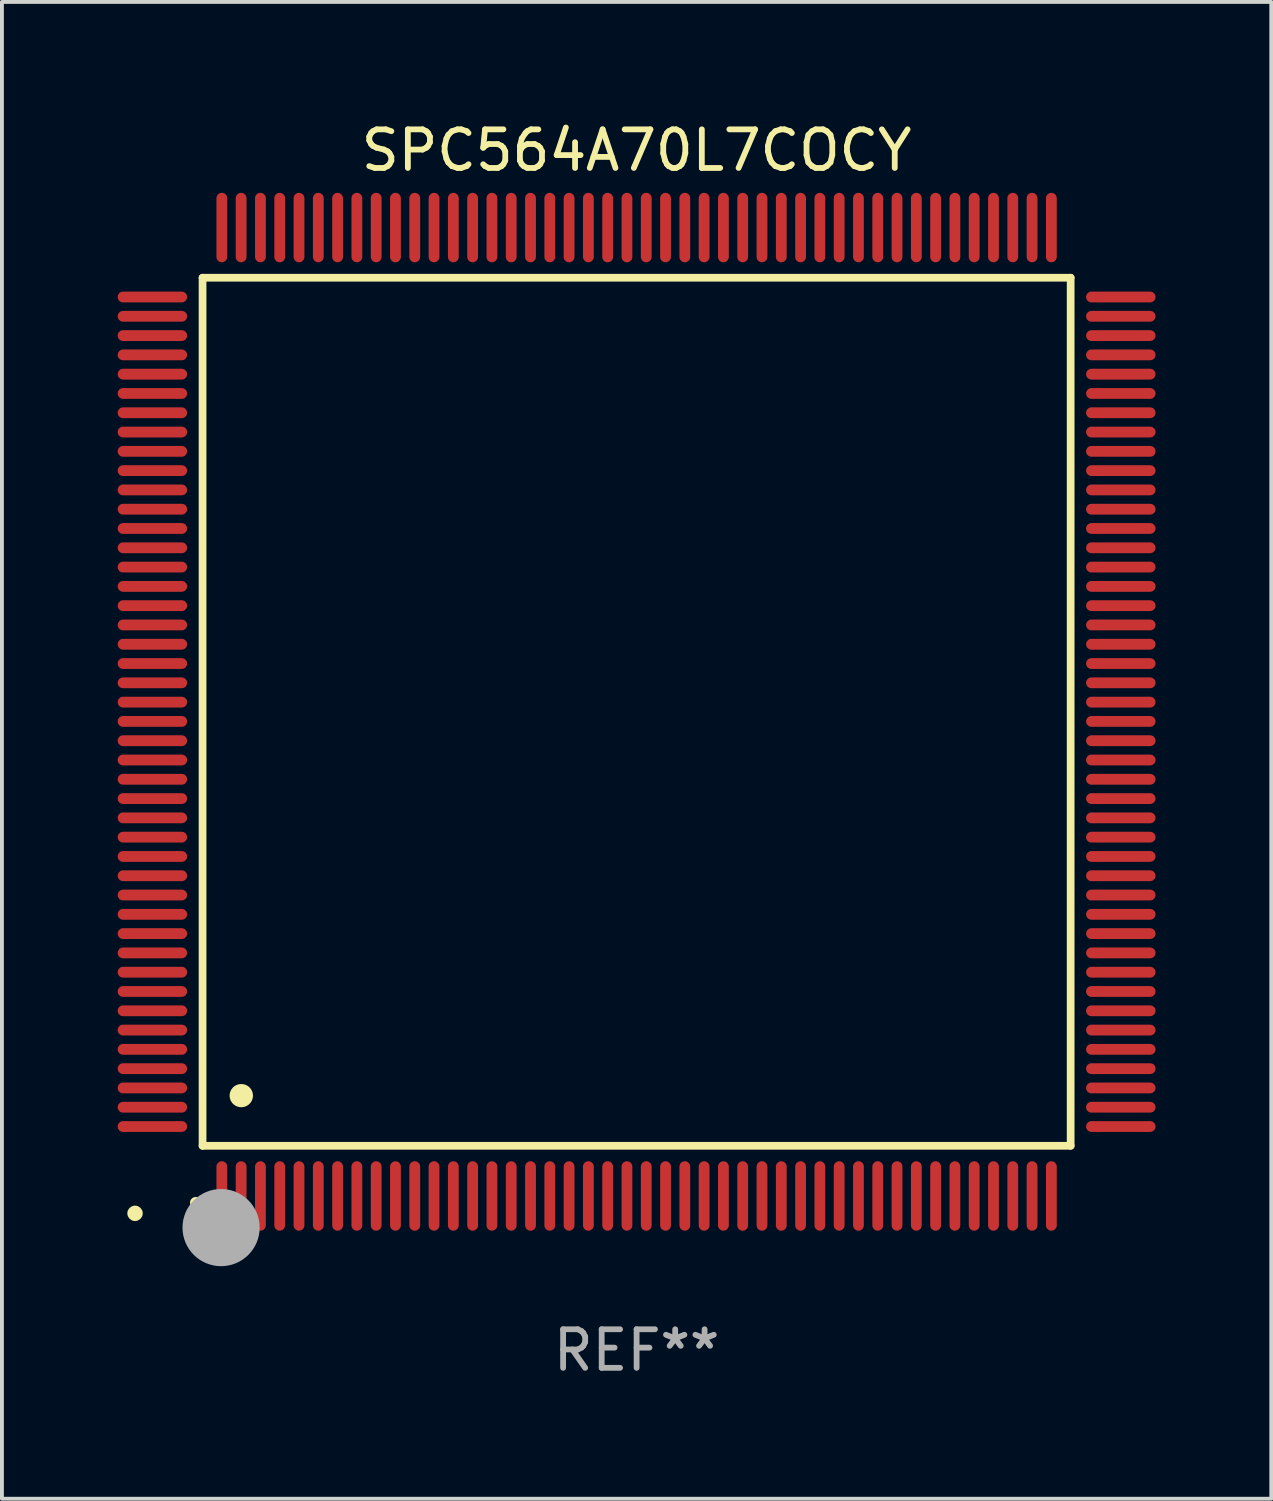
<source format=kicad_pcb>
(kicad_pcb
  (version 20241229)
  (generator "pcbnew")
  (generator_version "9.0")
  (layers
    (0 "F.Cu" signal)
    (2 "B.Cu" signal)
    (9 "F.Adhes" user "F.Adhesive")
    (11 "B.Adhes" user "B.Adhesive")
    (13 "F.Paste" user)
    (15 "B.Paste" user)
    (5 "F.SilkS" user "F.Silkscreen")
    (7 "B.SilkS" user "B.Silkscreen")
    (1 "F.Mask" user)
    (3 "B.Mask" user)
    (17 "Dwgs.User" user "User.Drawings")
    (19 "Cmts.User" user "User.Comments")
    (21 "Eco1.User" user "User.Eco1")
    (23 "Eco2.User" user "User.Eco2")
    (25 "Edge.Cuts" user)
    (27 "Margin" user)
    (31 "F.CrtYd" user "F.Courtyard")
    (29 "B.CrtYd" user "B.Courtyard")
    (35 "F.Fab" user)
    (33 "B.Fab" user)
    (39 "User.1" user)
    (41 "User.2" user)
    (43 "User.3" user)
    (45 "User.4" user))
  (footprint "SPC564A70L7COCY"
    (layer "F.Cu")
    (at 13.45 15.398)
    (property "Reference" "SPC564A70L7COCY" (at 0 -14.55 0) (layer "F.SilkS") (effects (font (size 1 1) (thickness 0.15))))
    (attr through_hole)
    (fp_line (start -11.25 -11.25) (end 11.25 -11.25) (stroke (width 0.2) (type solid)) (layer "F.SilkS"))
    (fp_line (start -11.25 11.25) (end -11.25 -11.25) (stroke (width 0.2) (type solid)) (layer "F.SilkS"))
    (fp_line (start 11.25 -11.25) (end 11.25 11.25) (stroke (width 0.2) (type solid)) (layer "F.SilkS"))
    (fp_line (start 11.25 11.25) (end -11.25 11.25) (stroke (width 0.2) (type solid)) (layer "F.SilkS"))
    (fp_arc (start -11.424943 12.725425) (mid -11.423673 12.72542) (end -11.422403 12.725425) (stroke (width 0.3) (type solid)) (layer "F.SilkS"))
    (fp_arc (start -10.24892 9.9492) (mid -10.24638 9.949189) (end -10.24384 9.9492) (stroke (width 0.6) (type solid)) (layer "F.SilkS"))
    (fp_circle (center -13 13) (end -12.9 13) (stroke (width 0.2) (type solid)) (fill no) (layer "F.SilkS"))
    (fp_circle (center -10.77 13.37) (end -10.27 13.37) (stroke (width 1) (type solid)) (fill no) (layer "F.Fab"))
    (fp_text user "REF**" (at 0 16.55 0) (layer "F.Fab") (effects (font (size 1 1) (thickness 0.15))))
    (pad "1" smd oval (at -10.75 12.55) (size 0.28 1.8) (layers "F.Cu" "F.Mask" "F.Paste"))
    (pad "2" smd oval (at -10.25 12.55) (size 0.28 1.8) (layers "F.Cu" "F.Mask" "F.Paste"))
    (pad "3" smd oval (at -9.75 12.55) (size 0.28 1.8) (layers "F.Cu" "F.Mask" "F.Paste"))
    (pad "4" smd oval (at -9.25 12.55) (size 0.28 1.8) (layers "F.Cu" "F.Mask" "F.Paste"))
    (pad "5" smd oval (at -8.75 12.55) (size 0.28 1.8) (layers "F.Cu" "F.Mask" "F.Paste"))
    (pad "6" smd oval (at -8.25 12.55) (size 0.28 1.8) (layers "F.Cu" "F.Mask" "F.Paste"))
    (pad "7" smd oval (at -7.75 12.55) (size 0.28 1.8) (layers "F.Cu" "F.Mask" "F.Paste"))
    (pad "8" smd oval (at -7.25 12.55) (size 0.28 1.8) (layers "F.Cu" "F.Mask" "F.Paste"))
    (pad "9" smd oval (at -6.75 12.55) (size 0.28 1.8) (layers "F.Cu" "F.Mask" "F.Paste"))
    (pad "10" smd oval (at -6.25 12.55) (size 0.28 1.8) (layers "F.Cu" "F.Mask" "F.Paste"))
    (pad "11" smd oval (at -5.75 12.55) (size 0.28 1.8) (layers "F.Cu" "F.Mask" "F.Paste"))
    (pad "12" smd oval (at -5.25 12.55) (size 0.28 1.8) (layers "F.Cu" "F.Mask" "F.Paste"))
    (pad "13" smd oval (at -4.75 12.55) (size 0.28 1.8) (layers "F.Cu" "F.Mask" "F.Paste"))
    (pad "14" smd oval (at -4.25 12.55) (size 0.28 1.8) (layers "F.Cu" "F.Mask" "F.Paste"))
    (pad "15" smd oval (at -3.75 12.55) (size 0.28 1.8) (layers "F.Cu" "F.Mask" "F.Paste"))
    (pad "16" smd oval (at -3.25 12.55) (size 0.28 1.8) (layers "F.Cu" "F.Mask" "F.Paste"))
    (pad "17" smd oval (at -2.75 12.55) (size 0.28 1.8) (layers "F.Cu" "F.Mask" "F.Paste"))
    (pad "18" smd oval (at -2.25 12.55) (size 0.28 1.8) (layers "F.Cu" "F.Mask" "F.Paste"))
    (pad "19" smd oval (at -1.75 12.55) (size 0.28 1.8) (layers "F.Cu" "F.Mask" "F.Paste"))
    (pad "20" smd oval (at -1.25 12.55) (size 0.28 1.8) (layers "F.Cu" "F.Mask" "F.Paste"))
    (pad "21" smd oval (at -0.75 12.55) (size 0.28 1.8) (layers "F.Cu" "F.Mask" "F.Paste"))
    (pad "22" smd oval (at -0.25 12.55) (size 0.28 1.8) (layers "F.Cu" "F.Mask" "F.Paste"))
    (pad "23" smd oval (at 0.25 12.55) (size 0.28 1.8) (layers "F.Cu" "F.Mask" "F.Paste"))
    (pad "24" smd oval (at 0.75 12.55) (size 0.28 1.8) (layers "F.Cu" "F.Mask" "F.Paste"))
    (pad "25" smd oval (at 1.25 12.55) (size 0.28 1.8) (layers "F.Cu" "F.Mask" "F.Paste"))
    (pad "26" smd oval (at 1.75 12.55) (size 0.28 1.8) (layers "F.Cu" "F.Mask" "F.Paste"))
    (pad "27" smd oval (at 2.25 12.55) (size 0.28 1.8) (layers "F.Cu" "F.Mask" "F.Paste"))
    (pad "28" smd oval (at 2.75 12.55) (size 0.28 1.8) (layers "F.Cu" "F.Mask" "F.Paste"))
    (pad "29" smd oval (at 3.25 12.55) (size 0.28 1.8) (layers "F.Cu" "F.Mask" "F.Paste"))
    (pad "30" smd oval (at 3.75 12.55) (size 0.28 1.8) (layers "F.Cu" "F.Mask" "F.Paste"))
    (pad "31" smd oval (at 4.25 12.55) (size 0.28 1.8) (layers "F.Cu" "F.Mask" "F.Paste"))
    (pad "32" smd oval (at 4.75 12.55) (size 0.28 1.8) (layers "F.Cu" "F.Mask" "F.Paste"))
    (pad "33" smd oval (at 5.25 12.55) (size 0.28 1.8) (layers "F.Cu" "F.Mask" "F.Paste"))
    (pad "34" smd oval (at 5.75 12.55) (size 0.28 1.8) (layers "F.Cu" "F.Mask" "F.Paste"))
    (pad "35" smd oval (at 6.25 12.55) (size 0.28 1.8) (layers "F.Cu" "F.Mask" "F.Paste"))
    (pad "36" smd oval (at 6.75 12.55) (size 0.28 1.8) (layers "F.Cu" "F.Mask" "F.Paste"))
    (pad "37" smd oval (at 7.25 12.55) (size 0.28 1.8) (layers "F.Cu" "F.Mask" "F.Paste"))
    (pad "38" smd oval (at 7.75 12.55) (size 0.28 1.8) (layers "F.Cu" "F.Mask" "F.Paste"))
    (pad "39" smd oval (at 8.25 12.55) (size 0.28 1.8) (layers "F.Cu" "F.Mask" "F.Paste"))
    (pad "40" smd oval (at 8.75 12.55) (size 0.28 1.8) (layers "F.Cu" "F.Mask" "F.Paste"))
    (pad "41" smd oval (at 9.25 12.55) (size 0.28 1.8) (layers "F.Cu" "F.Mask" "F.Paste"))
    (pad "42" smd oval (at 9.75 12.55) (size 0.28 1.8) (layers "F.Cu" "F.Mask" "F.Paste"))
    (pad "43" smd oval (at 10.25 12.55) (size 0.28 1.8) (layers "F.Cu" "F.Mask" "F.Paste"))
    (pad "44" smd oval (at 10.75 12.55) (size 0.28 1.8) (layers "F.Cu" "F.Mask" "F.Paste"))
    (pad "45" smd oval (at 12.55 10.75) (size 1.8 0.28) (layers "F.Cu" "F.Mask" "F.Paste"))
    (pad "46" smd oval (at 12.55 10.25) (size 1.8 0.28) (layers "F.Cu" "F.Mask" "F.Paste"))
    (pad "47" smd oval (at 12.55 9.75) (size 1.8 0.28) (layers "F.Cu" "F.Mask" "F.Paste"))
    (pad "48" smd oval (at 12.55 9.25) (size 1.8 0.28) (layers "F.Cu" "F.Mask" "F.Paste"))
    (pad "49" smd oval (at 12.55 8.75) (size 1.8 0.28) (layers "F.Cu" "F.Mask" "F.Paste"))
    (pad "50" smd oval (at 12.55 8.25) (size 1.8 0.28) (layers "F.Cu" "F.Mask" "F.Paste"))
    (pad "51" smd oval (at 12.55 7.75) (size 1.8 0.28) (layers "F.Cu" "F.Mask" "F.Paste"))
    (pad "52" smd oval (at 12.55 7.25) (size 1.8 0.28) (layers "F.Cu" "F.Mask" "F.Paste"))
    (pad "53" smd oval (at 12.55 6.75) (size 1.8 0.28) (layers "F.Cu" "F.Mask" "F.Paste"))
    (pad "54" smd oval (at 12.55 6.25) (size 1.8 0.28) (layers "F.Cu" "F.Mask" "F.Paste"))
    (pad "55" smd oval (at 12.55 5.75) (size 1.8 0.28) (layers "F.Cu" "F.Mask" "F.Paste"))
    (pad "56" smd oval (at 12.55 5.25) (size 1.8 0.28) (layers "F.Cu" "F.Mask" "F.Paste"))
    (pad "57" smd oval (at 12.55 4.75) (size 1.8 0.28) (layers "F.Cu" "F.Mask" "F.Paste"))
    (pad "58" smd oval (at 12.55 4.25) (size 1.8 0.28) (layers "F.Cu" "F.Mask" "F.Paste"))
    (pad "59" smd oval (at 12.55 3.75) (size 1.8 0.28) (layers "F.Cu" "F.Mask" "F.Paste"))
    (pad "60" smd oval (at 12.55 3.25) (size 1.8 0.28) (layers "F.Cu" "F.Mask" "F.Paste"))
    (pad "61" smd oval (at 12.55 2.75) (size 1.8 0.28) (layers "F.Cu" "F.Mask" "F.Paste"))
    (pad "62" smd oval (at 12.55 2.25) (size 1.8 0.28) (layers "F.Cu" "F.Mask" "F.Paste"))
    (pad "63" smd oval (at 12.55 1.75) (size 1.8 0.28) (layers "F.Cu" "F.Mask" "F.Paste"))
    (pad "64" smd oval (at 12.55 1.25) (size 1.8 0.28) (layers "F.Cu" "F.Mask" "F.Paste"))
    (pad "65" smd oval (at 12.55 0.75) (size 1.8 0.28) (layers "F.Cu" "F.Mask" "F.Paste"))
    (pad "66" smd oval (at 12.55 0.25) (size 1.8 0.28) (layers "F.Cu" "F.Mask" "F.Paste"))
    (pad "67" smd oval (at 12.55 -0.25) (size 1.8 0.28) (layers "F.Cu" "F.Mask" "F.Paste"))
    (pad "68" smd oval (at 12.55 -0.75) (size 1.8 0.28) (layers "F.Cu" "F.Mask" "F.Paste"))
    (pad "69" smd oval (at 12.55 -1.25) (size 1.8 0.28) (layers "F.Cu" "F.Mask" "F.Paste"))
    (pad "70" smd oval (at 12.55 -1.75) (size 1.8 0.28) (layers "F.Cu" "F.Mask" "F.Paste"))
    (pad "71" smd oval (at 12.55 -2.25) (size 1.8 0.28) (layers "F.Cu" "F.Mask" "F.Paste"))
    (pad "72" smd oval (at 12.55 -2.75) (size 1.8 0.28) (layers "F.Cu" "F.Mask" "F.Paste"))
    (pad "73" smd oval (at 12.55 -3.25) (size 1.8 0.28) (layers "F.Cu" "F.Mask" "F.Paste"))
    (pad "74" smd oval (at 12.55 -3.75) (size 1.8 0.28) (layers "F.Cu" "F.Mask" "F.Paste"))
    (pad "75" smd oval (at 12.55 -4.25) (size 1.8 0.28) (layers "F.Cu" "F.Mask" "F.Paste"))
    (pad "76" smd oval (at 12.55 -4.75) (size 1.8 0.28) (layers "F.Cu" "F.Mask" "F.Paste"))
    (pad "77" smd oval (at 12.55 -5.25) (size 1.8 0.28) (layers "F.Cu" "F.Mask" "F.Paste"))
    (pad "78" smd oval (at 12.55 -5.75) (size 1.8 0.28) (layers "F.Cu" "F.Mask" "F.Paste"))
    (pad "79" smd oval (at 12.55 -6.25) (size 1.8 0.28) (layers "F.Cu" "F.Mask" "F.Paste"))
    (pad "80" smd oval (at 12.55 -6.75) (size 1.8 0.28) (layers "F.Cu" "F.Mask" "F.Paste"))
    (pad "81" smd oval (at 12.55 -7.25) (size 1.8 0.28) (layers "F.Cu" "F.Mask" "F.Paste"))
    (pad "82" smd oval (at 12.55 -7.75) (size 1.8 0.28) (layers "F.Cu" "F.Mask" "F.Paste"))
    (pad "83" smd oval (at 12.55 -8.25) (size 1.8 0.28) (layers "F.Cu" "F.Mask" "F.Paste"))
    (pad "84" smd oval (at 12.55 -8.75) (size 1.8 0.28) (layers "F.Cu" "F.Mask" "F.Paste"))
    (pad "85" smd oval (at 12.55 -9.25) (size 1.8 0.28) (layers "F.Cu" "F.Mask" "F.Paste"))
    (pad "86" smd oval (at 12.55 -9.75) (size 1.8 0.28) (layers "F.Cu" "F.Mask" "F.Paste"))
    (pad "87" smd oval (at 12.55 -10.25) (size 1.8 0.28) (layers "F.Cu" "F.Mask" "F.Paste"))
    (pad "88" smd oval (at 12.55 -10.75) (size 1.8 0.28) (layers "F.Cu" "F.Mask" "F.Paste"))
    (pad "89" smd oval (at 10.75 -12.55) (size 0.28 1.8) (layers "F.Cu" "F.Mask" "F.Paste"))
    (pad "90" smd oval (at 10.25 -12.55) (size 0.28 1.8) (layers "F.Cu" "F.Mask" "F.Paste"))
    (pad "91" smd oval (at 9.75 -12.55) (size 0.28 1.8) (layers "F.Cu" "F.Mask" "F.Paste"))
    (pad "92" smd oval (at 9.25 -12.55) (size 0.28 1.8) (layers "F.Cu" "F.Mask" "F.Paste"))
    (pad "93" smd oval (at 8.75 -12.55) (size 0.28 1.8) (layers "F.Cu" "F.Mask" "F.Paste"))
    (pad "94" smd oval (at 8.25 -12.55) (size 0.28 1.8) (layers "F.Cu" "F.Mask" "F.Paste"))
    (pad "95" smd oval (at 7.75 -12.55) (size 0.28 1.8) (layers "F.Cu" "F.Mask" "F.Paste"))
    (pad "96" smd oval (at 7.25 -12.55) (size 0.28 1.8) (layers "F.Cu" "F.Mask" "F.Paste"))
    (pad "97" smd oval (at 6.75 -12.55) (size 0.28 1.8) (layers "F.Cu" "F.Mask" "F.Paste"))
    (pad "98" smd oval (at 6.25 -12.55) (size 0.28 1.8) (layers "F.Cu" "F.Mask" "F.Paste"))
    (pad "99" smd oval (at 5.75 -12.55) (size 0.28 1.8) (layers "F.Cu" "F.Mask" "F.Paste"))
    (pad "100" smd oval (at 5.25 -12.55) (size 0.28 1.8) (layers "F.Cu" "F.Mask" "F.Paste"))
    (pad "101" smd oval (at 4.75 -12.55) (size 0.28 1.8) (layers "F.Cu" "F.Mask" "F.Paste"))
    (pad "102" smd oval (at 4.25 -12.55) (size 0.28 1.8) (layers "F.Cu" "F.Mask" "F.Paste"))
    (pad "103" smd oval (at 3.75 -12.55) (size 0.28 1.8) (layers "F.Cu" "F.Mask" "F.Paste"))
    (pad "104" smd oval (at 3.25 -12.55) (size 0.28 1.8) (layers "F.Cu" "F.Mask" "F.Paste"))
    (pad "105" smd oval (at 2.75 -12.55) (size 0.28 1.8) (layers "F.Cu" "F.Mask" "F.Paste"))
    (pad "106" smd oval (at 2.25 -12.55) (size 0.28 1.8) (layers "F.Cu" "F.Mask" "F.Paste"))
    (pad "107" smd oval (at 1.75 -12.55) (size 0.28 1.8) (layers "F.Cu" "F.Mask" "F.Paste"))
    (pad "108" smd oval (at 1.25 -12.55) (size 0.28 1.8) (layers "F.Cu" "F.Mask" "F.Paste"))
    (pad "109" smd oval (at 0.75 -12.55) (size 0.28 1.8) (layers "F.Cu" "F.Mask" "F.Paste"))
    (pad "110" smd oval (at 0.25 -12.55) (size 0.28 1.8) (layers "F.Cu" "F.Mask" "F.Paste"))
    (pad "111" smd oval (at -0.25 -12.55) (size 0.28 1.8) (layers "F.Cu" "F.Mask" "F.Paste"))
    (pad "112" smd oval (at -0.75 -12.55) (size 0.28 1.8) (layers "F.Cu" "F.Mask" "F.Paste"))
    (pad "113" smd oval (at -1.25 -12.55) (size 0.28 1.8) (layers "F.Cu" "F.Mask" "F.Paste"))
    (pad "114" smd oval (at -1.75 -12.55) (size 0.28 1.8) (layers "F.Cu" "F.Mask" "F.Paste"))
    (pad "115" smd oval (at -2.25 -12.55) (size 0.28 1.8) (layers "F.Cu" "F.Mask" "F.Paste"))
    (pad "116" smd oval (at -2.75 -12.55) (size 0.28 1.8) (layers "F.Cu" "F.Mask" "F.Paste"))
    (pad "117" smd oval (at -3.25 -12.55) (size 0.28 1.8) (layers "F.Cu" "F.Mask" "F.Paste"))
    (pad "118" smd oval (at -3.75 -12.55) (size 0.28 1.8) (layers "F.Cu" "F.Mask" "F.Paste"))
    (pad "119" smd oval (at -4.25 -12.55) (size 0.28 1.8) (layers "F.Cu" "F.Mask" "F.Paste"))
    (pad "120" smd oval (at -4.75 -12.55) (size 0.28 1.8) (layers "F.Cu" "F.Mask" "F.Paste"))
    (pad "121" smd oval (at -5.25 -12.55) (size 0.28 1.8) (layers "F.Cu" "F.Mask" "F.Paste"))
    (pad "122" smd oval (at -5.75 -12.55) (size 0.28 1.8) (layers "F.Cu" "F.Mask" "F.Paste"))
    (pad "123" smd oval (at -6.25 -12.55) (size 0.28 1.8) (layers "F.Cu" "F.Mask" "F.Paste"))
    (pad "124" smd oval (at -6.75 -12.55) (size 0.28 1.8) (layers "F.Cu" "F.Mask" "F.Paste"))
    (pad "125" smd oval (at -7.25 -12.55) (size 0.28 1.8) (layers "F.Cu" "F.Mask" "F.Paste"))
    (pad "126" smd oval (at -7.75 -12.55) (size 0.28 1.8) (layers "F.Cu" "F.Mask" "F.Paste"))
    (pad "127" smd oval (at -8.25 -12.55) (size 0.28 1.8) (layers "F.Cu" "F.Mask" "F.Paste"))
    (pad "128" smd oval (at -8.75 -12.55) (size 0.28 1.8) (layers "F.Cu" "F.Mask" "F.Paste"))
    (pad "129" smd oval (at -9.25 -12.55) (size 0.28 1.8) (layers "F.Cu" "F.Mask" "F.Paste"))
    (pad "130" smd oval (at -9.75 -12.55) (size 0.28 1.8) (layers "F.Cu" "F.Mask" "F.Paste"))
    (pad "131" smd oval (at -10.25 -12.55) (size 0.28 1.8) (layers "F.Cu" "F.Mask" "F.Paste"))
    (pad "132" smd oval (at -10.75 -12.55) (size 0.28 1.8) (layers "F.Cu" "F.Mask" "F.Paste"))
    (pad "133" smd oval (at -12.55 -10.75) (size 1.8 0.28) (layers "F.Cu" "F.Mask" "F.Paste"))
    (pad "134" smd oval (at -12.55 -10.25) (size 1.8 0.28) (layers "F.Cu" "F.Mask" "F.Paste"))
    (pad "135" smd oval (at -12.55 -9.75) (size 1.8 0.28) (layers "F.Cu" "F.Mask" "F.Paste"))
    (pad "136" smd oval (at -12.55 -9.25) (size 1.8 0.28) (layers "F.Cu" "F.Mask" "F.Paste"))
    (pad "137" smd oval (at -12.55 -8.75) (size 1.8 0.28) (layers "F.Cu" "F.Mask" "F.Paste"))
    (pad "138" smd oval (at -12.55 -8.25) (size 1.8 0.28) (layers "F.Cu" "F.Mask" "F.Paste"))
    (pad "139" smd oval (at -12.55 -7.75) (size 1.8 0.28) (layers "F.Cu" "F.Mask" "F.Paste"))
    (pad "140" smd oval (at -12.55 -7.25) (size 1.8 0.28) (layers "F.Cu" "F.Mask" "F.Paste"))
    (pad "141" smd oval (at -12.55 -6.75) (size 1.8 0.28) (layers "F.Cu" "F.Mask" "F.Paste"))
    (pad "142" smd oval (at -12.55 -6.25) (size 1.8 0.28) (layers "F.Cu" "F.Mask" "F.Paste"))
    (pad "143" smd oval (at -12.55 -5.75) (size 1.8 0.28) (layers "F.Cu" "F.Mask" "F.Paste"))
    (pad "144" smd oval (at -12.55 -5.25) (size 1.8 0.28) (layers "F.Cu" "F.Mask" "F.Paste"))
    (pad "145" smd oval (at -12.55 -4.75) (size 1.8 0.28) (layers "F.Cu" "F.Mask" "F.Paste"))
    (pad "146" smd oval (at -12.55 -4.25) (size 1.8 0.28) (layers "F.Cu" "F.Mask" "F.Paste"))
    (pad "147" smd oval (at -12.55 -3.75) (size 1.8 0.28) (layers "F.Cu" "F.Mask" "F.Paste"))
    (pad "148" smd oval (at -12.55 -3.25) (size 1.8 0.28) (layers "F.Cu" "F.Mask" "F.Paste"))
    (pad "149" smd oval (at -12.55 -2.75) (size 1.8 0.28) (layers "F.Cu" "F.Mask" "F.Paste"))
    (pad "150" smd oval (at -12.55 -2.25) (size 1.8 0.28) (layers "F.Cu" "F.Mask" "F.Paste"))
    (pad "151" smd oval (at -12.55 -1.75) (size 1.8 0.28) (layers "F.Cu" "F.Mask" "F.Paste"))
    (pad "152" smd oval (at -12.55 -1.25) (size 1.8 0.28) (layers "F.Cu" "F.Mask" "F.Paste"))
    (pad "153" smd oval (at -12.55 -0.75) (size 1.8 0.28) (layers "F.Cu" "F.Mask" "F.Paste"))
    (pad "154" smd oval (at -12.55 -0.25) (size 1.8 0.28) (layers "F.Cu" "F.Mask" "F.Paste"))
    (pad "155" smd oval (at -12.55 0.25) (size 1.8 0.28) (layers "F.Cu" "F.Mask" "F.Paste"))
    (pad "156" smd oval (at -12.55 0.75) (size 1.8 0.28) (layers "F.Cu" "F.Mask" "F.Paste"))
    (pad "157" smd oval (at -12.55 1.25) (size 1.8 0.28) (layers "F.Cu" "F.Mask" "F.Paste"))
    (pad "158" smd oval (at -12.55 1.75) (size 1.8 0.28) (layers "F.Cu" "F.Mask" "F.Paste"))
    (pad "159" smd oval (at -12.55 2.25) (size 1.8 0.28) (layers "F.Cu" "F.Mask" "F.Paste"))
    (pad "160" smd oval (at -12.55 2.75) (size 1.8 0.28) (layers "F.Cu" "F.Mask" "F.Paste"))
    (pad "161" smd oval (at -12.55 3.25) (size 1.8 0.28) (layers "F.Cu" "F.Mask" "F.Paste"))
    (pad "162" smd oval (at -12.55 3.75) (size 1.8 0.28) (layers "F.Cu" "F.Mask" "F.Paste"))
    (pad "163" smd oval (at -12.55 4.25) (size 1.8 0.28) (layers "F.Cu" "F.Mask" "F.Paste"))
    (pad "164" smd oval (at -12.55 4.75) (size 1.8 0.28) (layers "F.Cu" "F.Mask" "F.Paste"))
    (pad "165" smd oval (at -12.55 5.25) (size 1.8 0.28) (layers "F.Cu" "F.Mask" "F.Paste"))
    (pad "166" smd oval (at -12.55 5.75) (size 1.8 0.28) (layers "F.Cu" "F.Mask" "F.Paste"))
    (pad "167" smd oval (at -12.55 6.25) (size 1.8 0.28) (layers "F.Cu" "F.Mask" "F.Paste"))
    (pad "168" smd oval (at -12.55 6.75) (size 1.8 0.28) (layers "F.Cu" "F.Mask" "F.Paste"))
    (pad "169" smd oval (at -12.55 7.25) (size 1.8 0.28) (layers "F.Cu" "F.Mask" "F.Paste"))
    (pad "170" smd oval (at -12.55 7.75) (size 1.8 0.28) (layers "F.Cu" "F.Mask" "F.Paste"))
    (pad "171" smd oval (at -12.55 8.25) (size 1.8 0.28) (layers "F.Cu" "F.Mask" "F.Paste"))
    (pad "172" smd oval (at -12.55 8.75) (size 1.8 0.28) (layers "F.Cu" "F.Mask" "F.Paste"))
    (pad "173" smd oval (at -12.55 9.25) (size 1.8 0.28) (layers "F.Cu" "F.Mask" "F.Paste"))
    (pad "174" smd oval (at -12.55 9.75) (size 1.8 0.28) (layers "F.Cu" "F.Mask" "F.Paste"))
    (pad "175" smd oval (at -12.55 10.25) (size 1.8 0.28) (layers "F.Cu" "F.Mask" "F.Paste"))
    (pad "176" smd oval (at -12.55 10.75) (size 1.8 0.28) (layers "F.Cu" "F.Mask" "F.Paste")))
  (gr_rect
    (start -3 -3)
    (end 29.9 35.796)
    (stroke (width 0.1) (type default))
    (fill no)
    (layer "Edge.Cuts")))
</source>
